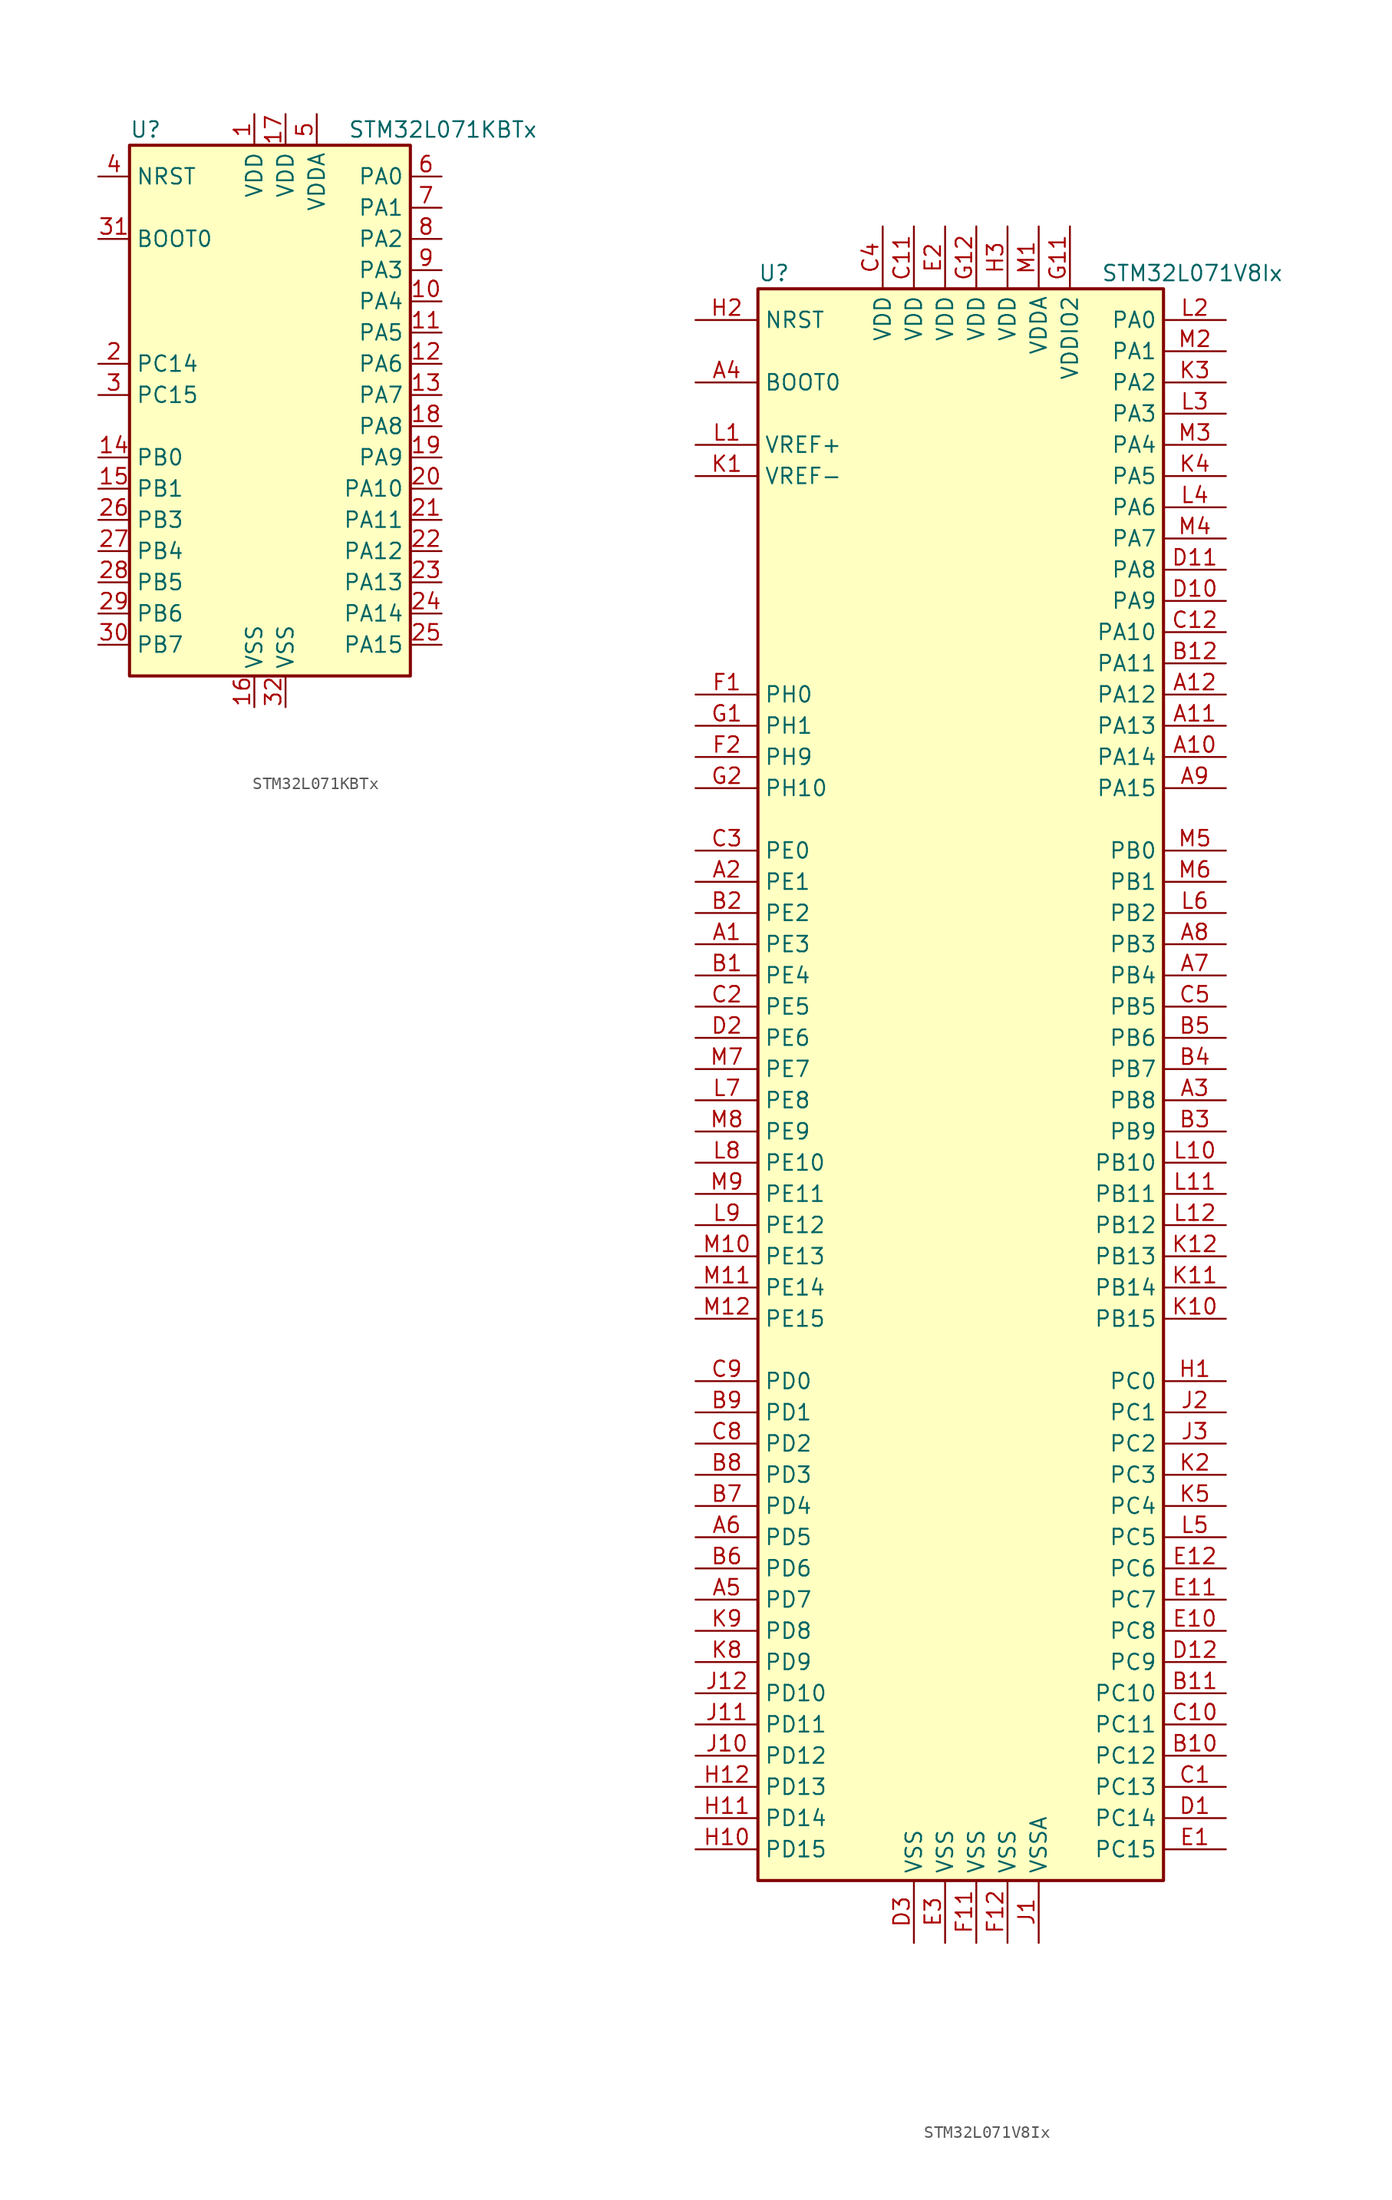
<source format=kicad_sym>
(kicad_symbol_lib
  (version 20201005)
  (generator kicad_symbol_editor)
  (symbol "STM32L071KBTx"
    (property "Reference" "U"
      (at -12.7 21.59 0)
      (effects (font (size 1.27 1.27)) (justify left)))
    (property "Value" "STM32L071KBTx"
      (at 5.08 21.59 0)
      (effects (font (size 1.27 1.27)) (justify left)))
    (symbol "STM32L071KBTx_0_1"
      (rectangle (start -12.7 -22.86) (end 10.16 20.32) (stroke (width 0.254)) (fill (type background))))
    (symbol "STM32L071KBTx_1_1"
      (pin power_in line (at -2.54 22.86 270) (length 2.54) (name "VDD" (effects (font (size 1.27 1.27)))) (number "1" (effects (font (size 1.27 1.27)))))
      (pin bidirectional line (at 12.7 7.62 180) (length 2.54) (name "PA4" (effects (font (size 1.27 1.27)))) (number "10" (effects (font (size 1.27 1.27)))))
      (pin bidirectional line (at 12.7 5.08 180) (length 2.54) (name "PA5" (effects (font (size 1.27 1.27)))) (number "11" (effects (font (size 1.27 1.27)))))
      (pin bidirectional line (at 12.7 2.54 180) (length 2.54) (name "PA6" (effects (font (size 1.27 1.27)))) (number "12" (effects (font (size 1.27 1.27)))))
      (pin bidirectional line (at 12.7 0 180) (length 2.54) (name "PA7" (effects (font (size 1.27 1.27)))) (number "13" (effects (font (size 1.27 1.27)))))
      (pin bidirectional line (at -15.24 -5.08 0) (length 2.54) (name "PB0" (effects (font (size 1.27 1.27)))) (number "14" (effects (font (size 1.27 1.27)))))
      (pin bidirectional line (at -15.24 -7.62 0) (length 2.54) (name "PB1" (effects (font (size 1.27 1.27)))) (number "15" (effects (font (size 1.27 1.27)))))
      (pin power_in line (at -2.54 -25.4 90) (length 2.54) (name "VSS" (effects (font (size 1.27 1.27)))) (number "16" (effects (font (size 1.27 1.27)))))
      (pin power_in line (at 0 22.86 270) (length 2.54) (name "VDD" (effects (font (size 1.27 1.27)))) (number "17" (effects (font (size 1.27 1.27)))))
      (pin bidirectional line (at 12.7 -2.54 180) (length 2.54) (name "PA8" (effects (font (size 1.27 1.27)))) (number "18" (effects (font (size 1.27 1.27)))))
      (pin bidirectional line (at 12.7 -5.08 180) (length 2.54) (name "PA9" (effects (font (size 1.27 1.27)))) (number "19" (effects (font (size 1.27 1.27)))))
      (pin bidirectional line (at -15.24 2.54 0) (length 2.54) (name "PC14" (effects (font (size 1.27 1.27)))) (number "2" (effects (font (size 1.27 1.27)))))
      (pin bidirectional line (at 12.7 -7.62 180) (length 2.54) (name "PA10" (effects (font (size 1.27 1.27)))) (number "20" (effects (font (size 1.27 1.27)))))
      (pin bidirectional line (at 12.7 -10.16 180) (length 2.54) (name "PA11" (effects (font (size 1.27 1.27)))) (number "21" (effects (font (size 1.27 1.27)))))
      (pin bidirectional line (at 12.7 -12.7 180) (length 2.54) (name "PA12" (effects (font (size 1.27 1.27)))) (number "22" (effects (font (size 1.27 1.27)))))
      (pin bidirectional line (at 12.7 -15.24 180) (length 2.54) (name "PA13" (effects (font (size 1.27 1.27)))) (number "23" (effects (font (size 1.27 1.27)))))
      (pin bidirectional line (at 12.7 -17.78 180) (length 2.54) (name "PA14" (effects (font (size 1.27 1.27)))) (number "24" (effects (font (size 1.27 1.27)))))
      (pin bidirectional line (at 12.7 -20.32 180) (length 2.54) (name "PA15" (effects (font (size 1.27 1.27)))) (number "25" (effects (font (size 1.27 1.27)))))
      (pin bidirectional line (at -15.24 -10.16 0) (length 2.54) (name "PB3" (effects (font (size 1.27 1.27)))) (number "26" (effects (font (size 1.27 1.27)))))
      (pin bidirectional line (at -15.24 -12.7 0) (length 2.54) (name "PB4" (effects (font (size 1.27 1.27)))) (number "27" (effects (font (size 1.27 1.27)))))
      (pin bidirectional line (at -15.24 -15.24 0) (length 2.54) (name "PB5" (effects (font (size 1.27 1.27)))) (number "28" (effects (font (size 1.27 1.27)))))
      (pin bidirectional line (at -15.24 -17.78 0) (length 2.54) (name "PB6" (effects (font (size 1.27 1.27)))) (number "29" (effects (font (size 1.27 1.27)))))
      (pin bidirectional line (at -15.24 0 0) (length 2.54) (name "PC15" (effects (font (size 1.27 1.27)))) (number "3" (effects (font (size 1.27 1.27)))))
      (pin bidirectional line (at -15.24 -20.32 0) (length 2.54) (name "PB7" (effects (font (size 1.27 1.27)))) (number "30" (effects (font (size 1.27 1.27)))))
      (pin input line (at -15.24 12.7 0) (length 2.54) (name "BOOT0" (effects (font (size 1.27 1.27)))) (number "31" (effects (font (size 1.27 1.27)))))
      (pin power_in line (at 0 -25.4 90) (length 2.54) (name "VSS" (effects (font (size 1.27 1.27)))) (number "32" (effects (font (size 1.27 1.27)))))
      (pin input line (at -15.24 17.78 0) (length 2.54) (name "NRST" (effects (font (size 1.27 1.27)))) (number "4" (effects (font (size 1.27 1.27)))))
      (pin power_in line (at 2.54 22.86 270) (length 2.54) (name "VDDA" (effects (font (size 1.27 1.27)))) (number "5" (effects (font (size 1.27 1.27)))))
      (pin bidirectional line (at 12.7 17.78 180) (length 2.54) (name "PA0" (effects (font (size 1.27 1.27)))) (number "6" (effects (font (size 1.27 1.27)))))
      (pin bidirectional line (at 12.7 15.24 180) (length 2.54) (name "PA1" (effects (font (size 1.27 1.27)))) (number "7" (effects (font (size 1.27 1.27)))))
      (pin bidirectional line (at 12.7 12.7 180) (length 2.54) (name "PA2" (effects (font (size 1.27 1.27)))) (number "8" (effects (font (size 1.27 1.27)))))
      (pin bidirectional line (at 12.7 10.16 180) (length 2.54) (name "PA3" (effects (font (size 1.27 1.27)))) (number "9" (effects (font (size 1.27 1.27)))))))
  (symbol "STM32L071V8Ix"
    (property "Reference" "U"
      (at -17.78 64.77 0)
      (effects (font (size 1.27 1.27)) (justify left)))
    (property "Value" "STM32L071V8Ix"
      (at 10.16 64.77 0)
      (effects (font (size 1.27 1.27)) (justify left)))
    (symbol "STM32L071V8Ix_0_1"
      (rectangle (start -17.78 -66.04) (end 15.24 63.5) (stroke (width 0.254)) (fill (type background))))
    (symbol "STM32L071V8Ix_1_1"
      (pin bidirectional line (at -22.86 10.16 0) (length 5.08) (name "PE3" (effects (font (size 1.27 1.27)))) (number "A1" (effects (font (size 1.27 1.27)))))
      (pin bidirectional line (at 20.32 25.4 180) (length 5.08) (name "PA14" (effects (font (size 1.27 1.27)))) (number "A10" (effects (font (size 1.27 1.27)))))
      (pin bidirectional line (at 20.32 27.94 180) (length 5.08) (name "PA13" (effects (font (size 1.27 1.27)))) (number "A11" (effects (font (size 1.27 1.27)))))
      (pin bidirectional line (at 20.32 30.48 180) (length 5.08) (name "PA12" (effects (font (size 1.27 1.27)))) (number "A12" (effects (font (size 1.27 1.27)))))
      (pin bidirectional line (at -22.86 15.24 0) (length 5.08) (name "PE1" (effects (font (size 1.27 1.27)))) (number "A2" (effects (font (size 1.27 1.27)))))
      (pin bidirectional line (at 20.32 -2.54 180) (length 5.08) (name "PB8" (effects (font (size 1.27 1.27)))) (number "A3" (effects (font (size 1.27 1.27)))))
      (pin input line (at -22.86 55.88 0) (length 5.08) (name "BOOT0" (effects (font (size 1.27 1.27)))) (number "A4" (effects (font (size 1.27 1.27)))))
      (pin bidirectional line (at -22.86 -43.18 0) (length 5.08) (name "PD7" (effects (font (size 1.27 1.27)))) (number "A5" (effects (font (size 1.27 1.27)))))
      (pin bidirectional line (at -22.86 -38.1 0) (length 5.08) (name "PD5" (effects (font (size 1.27 1.27)))) (number "A6" (effects (font (size 1.27 1.27)))))
      (pin bidirectional line (at 20.32 7.62 180) (length 5.08) (name "PB4" (effects (font (size 1.27 1.27)))) (number "A7" (effects (font (size 1.27 1.27)))))
      (pin bidirectional line (at 20.32 10.16 180) (length 5.08) (name "PB3" (effects (font (size 1.27 1.27)))) (number "A8" (effects (font (size 1.27 1.27)))))
      (pin bidirectional line (at 20.32 22.86 180) (length 5.08) (name "PA15" (effects (font (size 1.27 1.27)))) (number "A9" (effects (font (size 1.27 1.27)))))
      (pin bidirectional line (at -22.86 7.62 0) (length 5.08) (name "PE4" (effects (font (size 1.27 1.27)))) (number "B1" (effects (font (size 1.27 1.27)))))
      (pin bidirectional line (at 20.32 -55.88 180) (length 5.08) (name "PC12" (effects (font (size 1.27 1.27)))) (number "B10" (effects (font (size 1.27 1.27)))))
      (pin bidirectional line (at 20.32 -50.8 180) (length 5.08) (name "PC10" (effects (font (size 1.27 1.27)))) (number "B11" (effects (font (size 1.27 1.27)))))
      (pin bidirectional line (at 20.32 33.02 180) (length 5.08) (name "PA11" (effects (font (size 1.27 1.27)))) (number "B12" (effects (font (size 1.27 1.27)))))
      (pin bidirectional line (at -22.86 12.7 0) (length 5.08) (name "PE2" (effects (font (size 1.27 1.27)))) (number "B2" (effects (font (size 1.27 1.27)))))
      (pin bidirectional line (at 20.32 -5.08 180) (length 5.08) (name "PB9" (effects (font (size 1.27 1.27)))) (number "B3" (effects (font (size 1.27 1.27)))))
      (pin bidirectional line (at 20.32 0 180) (length 5.08) (name "PB7" (effects (font (size 1.27 1.27)))) (number "B4" (effects (font (size 1.27 1.27)))))
      (pin bidirectional line (at 20.32 2.54 180) (length 5.08) (name "PB6" (effects (font (size 1.27 1.27)))) (number "B5" (effects (font (size 1.27 1.27)))))
      (pin bidirectional line (at -22.86 -40.64 0) (length 5.08) (name "PD6" (effects (font (size 1.27 1.27)))) (number "B6" (effects (font (size 1.27 1.27)))))
      (pin bidirectional line (at -22.86 -35.56 0) (length 5.08) (name "PD4" (effects (font (size 1.27 1.27)))) (number "B7" (effects (font (size 1.27 1.27)))))
      (pin bidirectional line (at -22.86 -33.02 0) (length 5.08) (name "PD3" (effects (font (size 1.27 1.27)))) (number "B8" (effects (font (size 1.27 1.27)))))
      (pin bidirectional line (at -22.86 -27.94 0) (length 5.08) (name "PD1" (effects (font (size 1.27 1.27)))) (number "B9" (effects (font (size 1.27 1.27)))))
      (pin bidirectional line (at 20.32 -58.42 180) (length 5.08) (name "PC13" (effects (font (size 1.27 1.27)))) (number "C1" (effects (font (size 1.27 1.27)))))
      (pin bidirectional line (at 20.32 -53.34 180) (length 5.08) (name "PC11" (effects (font (size 1.27 1.27)))) (number "C10" (effects (font (size 1.27 1.27)))))
      (pin power_in line (at -5.08 68.58 270) (length 5.08) (name "VDD" (effects (font (size 1.27 1.27)))) (number "C11" (effects (font (size 1.27 1.27)))))
      (pin bidirectional line (at 20.32 35.56 180) (length 5.08) (name "PA10" (effects (font (size 1.27 1.27)))) (number "C12" (effects (font (size 1.27 1.27)))))
      (pin bidirectional line (at -22.86 5.08 0) (length 5.08) (name "PE5" (effects (font (size 1.27 1.27)))) (number "C2" (effects (font (size 1.27 1.27)))))
      (pin bidirectional line (at -22.86 17.78 0) (length 5.08) (name "PE0" (effects (font (size 1.27 1.27)))) (number "C3" (effects (font (size 1.27 1.27)))))
      (pin power_in line (at -7.62 68.58 270) (length 5.08) (name "VDD" (effects (font (size 1.27 1.27)))) (number "C4" (effects (font (size 1.27 1.27)))))
      (pin bidirectional line (at 20.32 5.08 180) (length 5.08) (name "PB5" (effects (font (size 1.27 1.27)))) (number "C5" (effects (font (size 1.27 1.27)))))
      (pin bidirectional line (at -22.86 -30.48 0) (length 5.08) (name "PD2" (effects (font (size 1.27 1.27)))) (number "C8" (effects (font (size 1.27 1.27)))))
      (pin bidirectional line (at -22.86 -25.4 0) (length 5.08) (name "PD0" (effects (font (size 1.27 1.27)))) (number "C9" (effects (font (size 1.27 1.27)))))
      (pin bidirectional line (at 20.32 -60.96 180) (length 5.08) (name "PC14" (effects (font (size 1.27 1.27)))) (number "D1" (effects (font (size 1.27 1.27)))))
      (pin bidirectional line (at 20.32 38.1 180) (length 5.08) (name "PA9" (effects (font (size 1.27 1.27)))) (number "D10" (effects (font (size 1.27 1.27)))))
      (pin bidirectional line (at 20.32 40.64 180) (length 5.08) (name "PA8" (effects (font (size 1.27 1.27)))) (number "D11" (effects (font (size 1.27 1.27)))))
      (pin bidirectional line (at 20.32 -48.26 180) (length 5.08) (name "PC9" (effects (font (size 1.27 1.27)))) (number "D12" (effects (font (size 1.27 1.27)))))
      (pin bidirectional line (at -22.86 2.54 0) (length 5.08) (name "PE6" (effects (font (size 1.27 1.27)))) (number "D2" (effects (font (size 1.27 1.27)))))
      (pin power_in line (at -5.08 -71.12 90) (length 5.08) (name "VSS" (effects (font (size 1.27 1.27)))) (number "D3" (effects (font (size 1.27 1.27)))))
      (pin bidirectional line (at 20.32 -63.5 180) (length 5.08) (name "PC15" (effects (font (size 1.27 1.27)))) (number "E1" (effects (font (size 1.27 1.27)))))
      (pin bidirectional line (at 20.32 -45.72 180) (length 5.08) (name "PC8" (effects (font (size 1.27 1.27)))) (number "E10" (effects (font (size 1.27 1.27)))))
      (pin bidirectional line (at 20.32 -43.18 180) (length 5.08) (name "PC7" (effects (font (size 1.27 1.27)))) (number "E11" (effects (font (size 1.27 1.27)))))
      (pin bidirectional line (at 20.32 -40.64 180) (length 5.08) (name "PC6" (effects (font (size 1.27 1.27)))) (number "E12" (effects (font (size 1.27 1.27)))))
      (pin power_in line (at -2.54 68.58 270) (length 5.08) (name "VDD" (effects (font (size 1.27 1.27)))) (number "E2" (effects (font (size 1.27 1.27)))))
      (pin power_in line (at -2.54 -71.12 90) (length 5.08) (name "VSS" (effects (font (size 1.27 1.27)))) (number "E3" (effects (font (size 1.27 1.27)))))
      (pin input line (at -22.86 30.48 0) (length 5.08) (name "PH0" (effects (font (size 1.27 1.27)))) (number "F1" (effects (font (size 1.27 1.27)))))
      (pin power_in line (at 0 -71.12 90) (length 5.08) (name "VSS" (effects (font (size 1.27 1.27)))) (number "F11" (effects (font (size 1.27 1.27)))))
      (pin power_in line (at 2.54 -71.12 90) (length 5.08) (name "VSS" (effects (font (size 1.27 1.27)))) (number "F12" (effects (font (size 1.27 1.27)))))
      (pin bidirectional line (at -22.86 25.4 0) (length 5.08) (name "PH9" (effects (font (size 1.27 1.27)))) (number "F2" (effects (font (size 1.27 1.27)))))
      (pin input line (at -22.86 27.94 0) (length 5.08) (name "PH1" (effects (font (size 1.27 1.27)))) (number "G1" (effects (font (size 1.27 1.27)))))
      (pin power_in line (at 7.62 68.58 270) (length 5.08) (name "VDDIO2" (effects (font (size 1.27 1.27)))) (number "G11" (effects (font (size 1.27 1.27)))))
      (pin power_in line (at 0 68.58 270) (length 5.08) (name "VDD" (effects (font (size 1.27 1.27)))) (number "G12" (effects (font (size 1.27 1.27)))))
      (pin bidirectional line (at -22.86 22.86 0) (length 5.08) (name "PH10" (effects (font (size 1.27 1.27)))) (number "G2" (effects (font (size 1.27 1.27)))))
      (pin bidirectional line (at 20.32 -25.4 180) (length 5.08) (name "PC0" (effects (font (size 1.27 1.27)))) (number "H1" (effects (font (size 1.27 1.27)))))
      (pin bidirectional line (at -22.86 -63.5 0) (length 5.08) (name "PD15" (effects (font (size 1.27 1.27)))) (number "H10" (effects (font (size 1.27 1.27)))))
      (pin bidirectional line (at -22.86 -60.96 0) (length 5.08) (name "PD14" (effects (font (size 1.27 1.27)))) (number "H11" (effects (font (size 1.27 1.27)))))
      (pin bidirectional line (at -22.86 -58.42 0) (length 5.08) (name "PD13" (effects (font (size 1.27 1.27)))) (number "H12" (effects (font (size 1.27 1.27)))))
      (pin input line (at -22.86 60.96 0) (length 5.08) (name "NRST" (effects (font (size 1.27 1.27)))) (number "H2" (effects (font (size 1.27 1.27)))))
      (pin power_in line (at 2.54 68.58 270) (length 5.08) (name "VDD" (effects (font (size 1.27 1.27)))) (number "H3" (effects (font (size 1.27 1.27)))))
      (pin power_in line (at 5.08 -71.12 90) (length 5.08) (name "VSSA" (effects (font (size 1.27 1.27)))) (number "J1" (effects (font (size 1.27 1.27)))))
      (pin bidirectional line (at -22.86 -55.88 0) (length 5.08) (name "PD12" (effects (font (size 1.27 1.27)))) (number "J10" (effects (font (size 1.27 1.27)))))
      (pin bidirectional line (at -22.86 -53.34 0) (length 5.08) (name "PD11" (effects (font (size 1.27 1.27)))) (number "J11" (effects (font (size 1.27 1.27)))))
      (pin bidirectional line (at -22.86 -50.8 0) (length 5.08) (name "PD10" (effects (font (size 1.27 1.27)))) (number "J12" (effects (font (size 1.27 1.27)))))
      (pin bidirectional line (at 20.32 -27.94 180) (length 5.08) (name "PC1" (effects (font (size 1.27 1.27)))) (number "J2" (effects (font (size 1.27 1.27)))))
      (pin bidirectional line (at 20.32 -30.48 180) (length 5.08) (name "PC2" (effects (font (size 1.27 1.27)))) (number "J3" (effects (font (size 1.27 1.27)))))
      (pin power_in line (at -22.86 48.26 0) (length 5.08) (name "VREF-" (effects (font (size 1.27 1.27)))) (number "K1" (effects (font (size 1.27 1.27)))))
      (pin bidirectional line (at 20.32 -20.32 180) (length 5.08) (name "PB15" (effects (font (size 1.27 1.27)))) (number "K10" (effects (font (size 1.27 1.27)))))
      (pin bidirectional line (at 20.32 -17.78 180) (length 5.08) (name "PB14" (effects (font (size 1.27 1.27)))) (number "K11" (effects (font (size 1.27 1.27)))))
      (pin bidirectional line (at 20.32 -15.24 180) (length 5.08) (name "PB13" (effects (font (size 1.27 1.27)))) (number "K12" (effects (font (size 1.27 1.27)))))
      (pin bidirectional line (at 20.32 -33.02 180) (length 5.08) (name "PC3" (effects (font (size 1.27 1.27)))) (number "K2" (effects (font (size 1.27 1.27)))))
      (pin bidirectional line (at 20.32 55.88 180) (length 5.08) (name "PA2" (effects (font (size 1.27 1.27)))) (number "K3" (effects (font (size 1.27 1.27)))))
      (pin bidirectional line (at 20.32 48.26 180) (length 5.08) (name "PA5" (effects (font (size 1.27 1.27)))) (number "K4" (effects (font (size 1.27 1.27)))))
      (pin bidirectional line (at 20.32 -35.56 180) (length 5.08) (name "PC4" (effects (font (size 1.27 1.27)))) (number "K5" (effects (font (size 1.27 1.27)))))
      (pin bidirectional line (at -22.86 -48.26 0) (length 5.08) (name "PD9" (effects (font (size 1.27 1.27)))) (number "K8" (effects (font (size 1.27 1.27)))))
      (pin bidirectional line (at -22.86 -45.72 0) (length 5.08) (name "PD8" (effects (font (size 1.27 1.27)))) (number "K9" (effects (font (size 1.27 1.27)))))
      (pin power_in line (at -22.86 50.8 0) (length 5.08) (name "VREF+" (effects (font (size 1.27 1.27)))) (number "L1" (effects (font (size 1.27 1.27)))))
      (pin bidirectional line (at 20.32 -7.62 180) (length 5.08) (name "PB10" (effects (font (size 1.27 1.27)))) (number "L10" (effects (font (size 1.27 1.27)))))
      (pin bidirectional line (at 20.32 -10.16 180) (length 5.08) (name "PB11" (effects (font (size 1.27 1.27)))) (number "L11" (effects (font (size 1.27 1.27)))))
      (pin bidirectional line (at 20.32 -12.7 180) (length 5.08) (name "PB12" (effects (font (size 1.27 1.27)))) (number "L12" (effects (font (size 1.27 1.27)))))
      (pin bidirectional line (at 20.32 60.96 180) (length 5.08) (name "PA0" (effects (font (size 1.27 1.27)))) (number "L2" (effects (font (size 1.27 1.27)))))
      (pin bidirectional line (at 20.32 53.34 180) (length 5.08) (name "PA3" (effects (font (size 1.27 1.27)))) (number "L3" (effects (font (size 1.27 1.27)))))
      (pin bidirectional line (at 20.32 45.72 180) (length 5.08) (name "PA6" (effects (font (size 1.27 1.27)))) (number "L4" (effects (font (size 1.27 1.27)))))
      (pin bidirectional line (at 20.32 -38.1 180) (length 5.08) (name "PC5" (effects (font (size 1.27 1.27)))) (number "L5" (effects (font (size 1.27 1.27)))))
      (pin bidirectional line (at 20.32 12.7 180) (length 5.08) (name "PB2" (effects (font (size 1.27 1.27)))) (number "L6" (effects (font (size 1.27 1.27)))))
      (pin bidirectional line (at -22.86 -2.54 0) (length 5.08) (name "PE8" (effects (font (size 1.27 1.27)))) (number "L7" (effects (font (size 1.27 1.27)))))
      (pin bidirectional line (at -22.86 -7.62 0) (length 5.08) (name "PE10" (effects (font (size 1.27 1.27)))) (number "L8" (effects (font (size 1.27 1.27)))))
      (pin bidirectional line (at -22.86 -12.7 0) (length 5.08) (name "PE12" (effects (font (size 1.27 1.27)))) (number "L9" (effects (font (size 1.27 1.27)))))
      (pin power_in line (at 5.08 68.58 270) (length 5.08) (name "VDDA" (effects (font (size 1.27 1.27)))) (number "M1" (effects (font (size 1.27 1.27)))))
      (pin bidirectional line (at -22.86 -15.24 0) (length 5.08) (name "PE13" (effects (font (size 1.27 1.27)))) (number "M10" (effects (font (size 1.27 1.27)))))
      (pin bidirectional line (at -22.86 -17.78 0) (length 5.08) (name "PE14" (effects (font (size 1.27 1.27)))) (number "M11" (effects (font (size 1.27 1.27)))))
      (pin bidirectional line (at -22.86 -20.32 0) (length 5.08) (name "PE15" (effects (font (size 1.27 1.27)))) (number "M12" (effects (font (size 1.27 1.27)))))
      (pin bidirectional line (at 20.32 58.42 180) (length 5.08) (name "PA1" (effects (font (size 1.27 1.27)))) (number "M2" (effects (font (size 1.27 1.27)))))
      (pin bidirectional line (at 20.32 50.8 180) (length 5.08) (name "PA4" (effects (font (size 1.27 1.27)))) (number "M3" (effects (font (size 1.27 1.27)))))
      (pin bidirectional line (at 20.32 43.18 180) (length 5.08) (name "PA7" (effects (font (size 1.27 1.27)))) (number "M4" (effects (font (size 1.27 1.27)))))
      (pin bidirectional line (at 20.32 17.78 180) (length 5.08) (name "PB0" (effects (font (size 1.27 1.27)))) (number "M5" (effects (font (size 1.27 1.27)))))
      (pin bidirectional line (at 20.32 15.24 180) (length 5.08) (name "PB1" (effects (font (size 1.27 1.27)))) (number "M6" (effects (font (size 1.27 1.27)))))
      (pin bidirectional line (at -22.86 0 0) (length 5.08) (name "PE7" (effects (font (size 1.27 1.27)))) (number "M7" (effects (font (size 1.27 1.27)))))
      (pin bidirectional line (at -22.86 -5.08 0) (length 5.08) (name "PE9" (effects (font (size 1.27 1.27)))) (number "M8" (effects (font (size 1.27 1.27)))))
      (pin bidirectional line (at -22.86 -10.16 0) (length 5.08) (name "PE11" (effects (font (size 1.27 1.27)))) (number "M9" (effects (font (size 1.27 1.27))))))))
</source>
